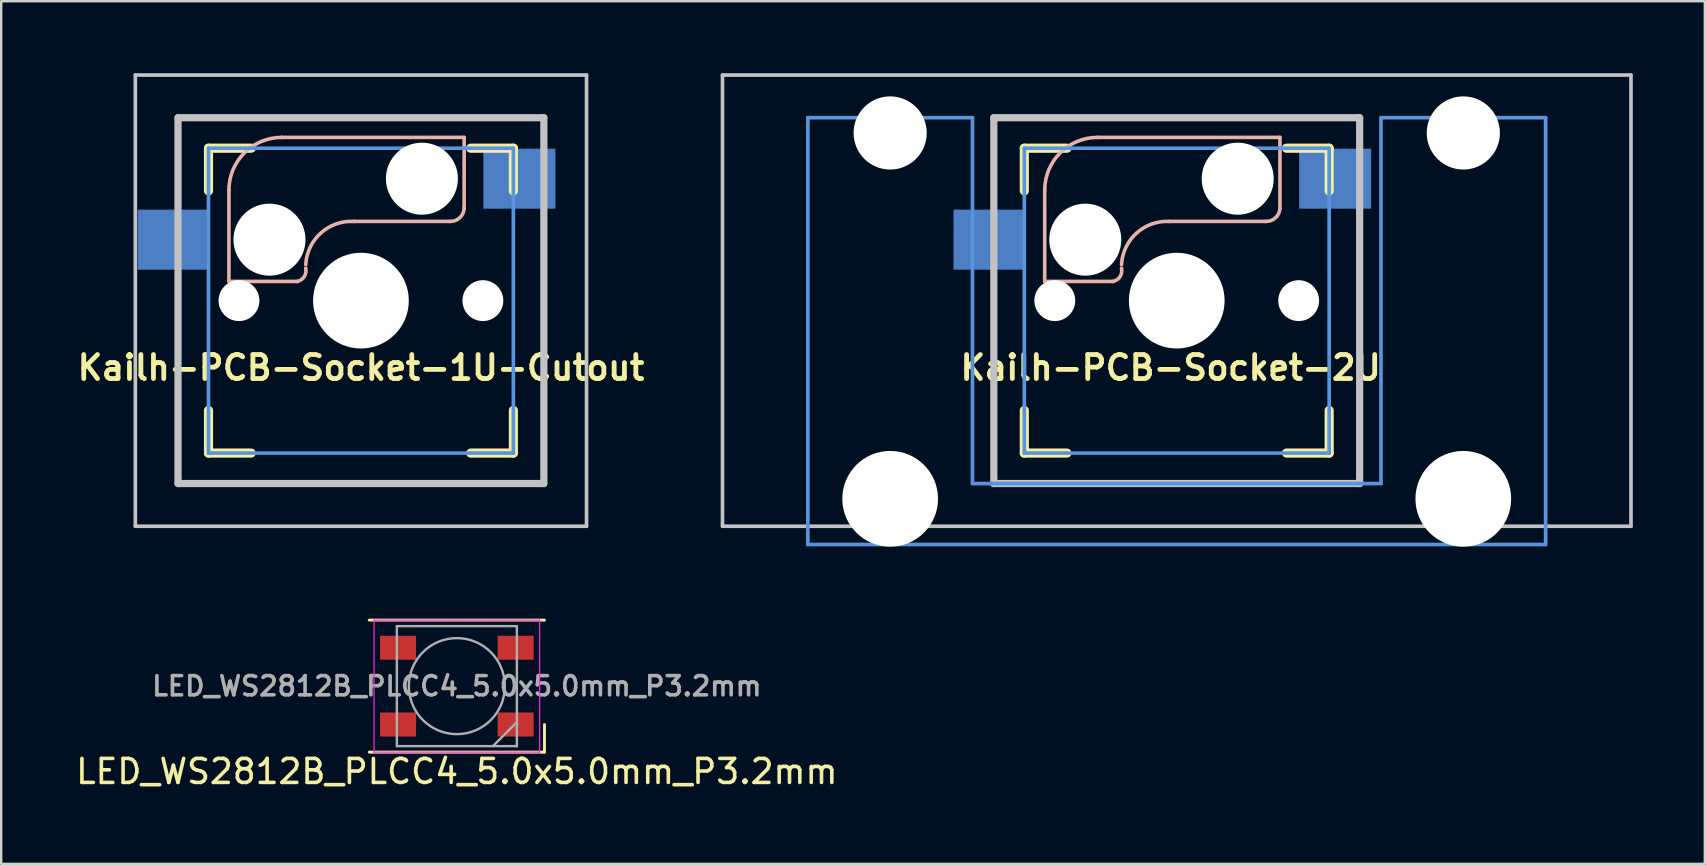
<source format=kicad_pcb>
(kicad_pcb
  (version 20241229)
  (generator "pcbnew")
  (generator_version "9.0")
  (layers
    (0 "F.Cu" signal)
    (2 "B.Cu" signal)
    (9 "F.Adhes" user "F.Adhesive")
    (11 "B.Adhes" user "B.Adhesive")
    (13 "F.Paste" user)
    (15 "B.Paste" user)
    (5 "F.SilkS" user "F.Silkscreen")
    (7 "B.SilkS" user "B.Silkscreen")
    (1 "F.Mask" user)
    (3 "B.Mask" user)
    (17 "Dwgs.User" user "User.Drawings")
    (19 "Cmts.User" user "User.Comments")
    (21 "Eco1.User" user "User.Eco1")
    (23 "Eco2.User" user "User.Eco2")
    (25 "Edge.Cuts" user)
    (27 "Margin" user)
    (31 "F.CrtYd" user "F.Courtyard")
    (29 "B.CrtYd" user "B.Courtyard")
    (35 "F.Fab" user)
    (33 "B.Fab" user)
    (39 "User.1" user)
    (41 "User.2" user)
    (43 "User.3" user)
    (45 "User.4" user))
  (footprint "LED_WS2812B_PLCC4_5.0x5.0mm_P3.2mm"
    (layer "F.Cu")
    (at 15.982 25.533)
    (property "Reference" "LED_WS2812B_PLCC4_5.0x5.0mm_P3.2mm" (at 0 3.556 0) (layer "F.SilkS") (effects (font (size 1 1) (thickness 0.15))))
    (attr smd)
    (fp_line (start -3.65 -2.75) (end 3.65 -2.75) (stroke (width 0.12) (type solid)) (layer "F.SilkS"))
    (fp_line (start -3.65 2.75) (end 3.65 2.75) (stroke (width 0.12) (type solid)) (layer "F.SilkS"))
    (fp_line (start 3.65 2.75) (end 3.65 1.6) (stroke (width 0.12) (type solid)) (layer "F.SilkS"))
    (fp_line (start -3.45 -2.75) (end -3.45 2.75) (stroke (width 0.05) (type solid)) (layer "F.CrtYd"))
    (fp_line (start -3.45 2.75) (end 3.45 2.75) (stroke (width 0.05) (type solid)) (layer "F.CrtYd"))
    (fp_line (start 3.45 -2.75) (end -3.45 -2.75) (stroke (width 0.05) (type solid)) (layer "F.CrtYd"))
    (fp_line (start 3.45 2.75) (end 3.45 -2.75) (stroke (width 0.05) (type solid)) (layer "F.CrtYd"))
    (fp_line (start -2.5 -2.5) (end -2.5 2.5) (stroke (width 0.1) (type solid)) (layer "F.Fab"))
    (fp_line (start -2.5 2.5) (end 2.5 2.5) (stroke (width 0.1) (type solid)) (layer "F.Fab"))
    (fp_line (start 2.5 -2.5) (end -2.5 -2.5) (stroke (width 0.1) (type solid)) (layer "F.Fab"))
    (fp_line (start 2.5 1.5) (end 1.5 2.5) (stroke (width 0.1) (type solid)) (layer "F.Fab"))
    (fp_line (start 2.5 2.5) (end 2.5 -2.5) (stroke (width 0.1) (type solid)) (layer "F.Fab"))
    (fp_circle (center 0 0) (end 0 -2) (stroke (width 0.1) (type solid)) (fill no) (layer "F.Fab"))
    (fp_text user "${REFERENCE}" (at 0 0 0) (layer "F.Fab") (effects (font (size 0.8 0.8) (thickness 0.15))))
    (pad "1" smd rect (at -2.45 -1.6) (size 1.5 1) (layers "F.Cu" "F.Mask" "F.Paste"))
    (pad "2" smd rect (at -2.45 1.6) (size 1.5 1) (layers "F.Cu" "F.Mask" "F.Paste"))
    (pad "3" smd rect (at 2.45 1.6) (size 1.5 1) (layers "F.Cu" "F.Mask" "F.Paste"))
    (pad "4" smd rect (at 2.45 -1.6) (size 1.5 1) (layers "F.Cu" "F.Mask" "F.Paste")))
  (footprint "Kailh-PCB-Socket-1U-Cutout"
    (layer "F.Cu")
    (at 11.986 9.474)
    (property "Reference" "Kailh-PCB-Socket-1U-Cutout" (at 0 2.794 0) (layer "F.SilkS") (effects (font (size 1 1) (thickness 0.2))))
    (attr through_hole)
    (fp_line (start -6.35 -6.35) (end -4.572 -6.35) (stroke (width 0.381) (type solid)) (layer "F.SilkS"))
    (fp_line (start -6.35 -4.572) (end -6.35 -6.35) (stroke (width 0.381) (type solid)) (layer "F.SilkS"))
    (fp_line (start -6.35 6.35) (end -6.35 4.572) (stroke (width 0.381) (type solid)) (layer "F.SilkS"))
    (fp_line (start -4.572 6.35) (end -6.35 6.35) (stroke (width 0.381) (type solid)) (layer "F.SilkS"))
    (fp_line (start 4.572 -6.35) (end 6.35 -6.35) (stroke (width 0.381) (type solid)) (layer "F.SilkS"))
    (fp_line (start 6.35 -6.35) (end 6.35 -4.572) (stroke (width 0.381) (type solid)) (layer "F.SilkS"))
    (fp_line (start 6.35 4.572) (end 6.35 6.35) (stroke (width 0.381) (type solid)) (layer "F.SilkS"))
    (fp_line (start 6.35 6.35) (end 4.572 6.35) (stroke (width 0.381) (type solid)) (layer "F.SilkS"))
    (fp_line (start -5.5 -0.8) (end -5.5 -4.6) (stroke (width 0.15) (type solid)) (layer "B.SilkS"))
    (fp_line (start -3.3 -6.8) (end 4.3 -6.8) (stroke (width 0.15) (type solid)) (layer "B.SilkS"))
    (fp_line (start -2.65 -0.8) (end -5.5 -0.8) (stroke (width 0.15) (type solid)) (layer "B.SilkS"))
    (fp_line (start 3.7 -3.3) (end -0.3 -3.3) (stroke (width 0.15) (type solid)) (layer "B.SilkS"))
    (fp_line (start 4.3 -6.8) (end 4.3 -3.85) (stroke (width 0.15) (type solid)) (layer "B.SilkS"))
    (fp_arc (start -5.5 -4.6) (mid -4.855635 -6.155635) (end -3.3 -6.8) (stroke (width 0.15) (type solid)) (layer "B.SilkS"))
    (fp_arc (start -2.3 -1.35) (mid -2.361091 -1.002513) (end -2.65 -0.8) (stroke (width 0.15) (type solid)) (layer "B.SilkS"))
    (fp_arc (start -2.299999 -1.499999) (mid -1.672792 -2.814213) (end -0.3 -3.3) (stroke (width 0.15) (type solid)) (layer "B.SilkS"))
    (fp_arc (start 4.3 -3.85) (mid 4.113909 -3.450736) (end 3.7 -3.3) (stroke (width 0.15) (type solid)) (layer "B.SilkS"))
    (fp_line (start -9.398 -9.398) (end 9.398 -9.398) (stroke (width 0.152) (type solid)) (layer "Dwgs.User"))
    (fp_line (start -9.398 9.398) (end -9.398 -9.398) (stroke (width 0.152) (type solid)) (layer "Dwgs.User"))
    (fp_line (start -7.62 -7.62) (end 7.62 -7.62) (stroke (width 0.3) (type solid)) (layer "Dwgs.User"))
    (fp_line (start -7.62 7.62) (end -7.62 -7.62) (stroke (width 0.3) (type solid)) (layer "Dwgs.User"))
    (fp_line (start 7.62 -7.62) (end 7.62 7.62) (stroke (width 0.3) (type solid)) (layer "Dwgs.User"))
    (fp_line (start 7.62 7.62) (end -7.62 7.62) (stroke (width 0.3) (type solid)) (layer "Dwgs.User"))
    (fp_line (start 9.398 -9.398) (end 9.398 9.398) (stroke (width 0.152) (type solid)) (layer "Dwgs.User"))
    (fp_line (start 9.398 9.398) (end -9.398 9.398) (stroke (width 0.152) (type solid)) (layer "Dwgs.User"))
    (fp_line (start -6.35 -6.35) (end 6.35 -6.35) (stroke (width 0.152) (type solid)) (layer "Cmts.User"))
    (fp_line (start -6.35 6.35) (end -6.35 -6.35) (stroke (width 0.152) (type solid)) (layer "Cmts.User"))
    (fp_line (start 6.35 -6.35) (end 6.35 6.35) (stroke (width 0.152) (type solid)) (layer "Cmts.User"))
    (fp_line (start 6.35 6.35) (end -6.35 6.35) (stroke (width 0.152) (type solid)) (layer "Cmts.User"))
    (fp_line (start -7.785 -5.985) (end -7.785 -2.485) (stroke (width 0.15) (type solid)) (layer "Eco2.User"))
    (fp_line (start -7.785 5.985) (end -7.785 2.485) (stroke (width 0.15) (type solid)) (layer "Eco2.User"))
    (fp_line (start -6.985 -6.985) (end -6.985 -5.985) (stroke (width 0.152) (type solid)) (layer "Eco2.User"))
    (fp_line (start -6.985 -6.985) (end 6.985 -6.985) (stroke (width 0.152) (type solid)) (layer "Eco2.User"))
    (fp_line (start -6.985 -5.985) (end -7.785 -5.985) (stroke (width 0.15) (type solid)) (layer "Eco2.User"))
    (fp_line (start -6.985 -2.485) (end -7.785 -2.485) (stroke (width 0.15) (type solid)) (layer "Eco2.User"))
    (fp_line (start -6.985 -2.485) (end -6.985 2.485) (stroke (width 0.15) (type solid)) (layer "Eco2.User"))
    (fp_line (start -6.985 2.485) (end -7.785 2.485) (stroke (width 0.15) (type solid)) (layer "Eco2.User"))
    (fp_line (start -6.985 5.985) (end -7.785 5.985) (stroke (width 0.15) (type solid)) (layer "Eco2.User"))
    (fp_line (start -6.985 6.985) (end -6.985 5.985) (stroke (width 0.152) (type solid)) (layer "Eco2.User"))
    (fp_line (start 6.985 -6.985) (end 6.985 -5.985) (stroke (width 0.152) (type solid)) (layer "Eco2.User"))
    (fp_line (start 6.985 -5.985) (end 7.785 -5.985) (stroke (width 0.15) (type solid)) (layer "Eco2.User"))
    (fp_line (start 6.985 -2.485) (end 6.985 2.485) (stroke (width 0.15) (type solid)) (layer "Eco2.User"))
    (fp_line (start 6.985 -2.485) (end 7.785 -2.485) (stroke (width 0.15) (type solid)) (layer "Eco2.User"))
    (fp_line (start 6.985 2.485) (end 7.785 2.485) (stroke (width 0.15) (type solid)) (layer "Eco2.User"))
    (fp_line (start 6.985 5.985) (end 7.785 5.985) (stroke (width 0.15) (type solid)) (layer "Eco2.User"))
    (fp_line (start 6.985 6.985) (end -6.985 6.985) (stroke (width 0.152) (type solid)) (layer "Eco2.User"))
    (fp_line (start 6.985 6.985) (end 6.985 5.985) (stroke (width 0.152) (type solid)) (layer "Eco2.User"))
    (fp_line (start 7.785 -5.985) (end 7.785 -2.485) (stroke (width 0.15) (type solid)) (layer "Eco2.User"))
    (fp_line (start 7.785 5.985) (end 7.785 2.485) (stroke (width 0.15) (type solid)) (layer "Eco2.User"))
    (pad "" np_thru_hole circle (at -5.08 0) (size 1.702 1.702) (drill 1.702) (layers "*.Cu" "*.Mask"))
    (pad "" np_thru_hole circle (at -3.81 -2.54) (size 3 3) (drill 3) (layers "*.Cu" "*.Mask"))
    (pad "" np_thru_hole circle (at 0 0) (size 3.988 3.988) (drill 3.988) (layers "*.Cu" "*.Mask"))
    (pad "" np_thru_hole circle (at 2.54 -5.08) (size 3 3) (drill 3) (layers "*.Cu" "*.Mask"))
    (pad "" np_thru_hole circle (at 5.08 0) (size 1.702 1.702) (drill 1.702) (layers "*.Cu" "*.Mask"))
    (pad "1" smd rect (at 6.6 -5.08) (size 3 2.5) (layers "B.Cu" "B.Mask" "B.Paste"))
    (pad "2" smd rect (at -7.8 -2.54) (size 3 2.5) (layers "B.Cu" "B.Mask" "B.Paste")))
  (footprint "Kailh-PCB-Socket-2U"
    (layer "F.Cu")
    (at 45.971 9.474)
    (property "Reference" "Kailh-PCB-Socket-2U" (at -0.254 2.794 0) (layer "F.SilkS") (effects (font (size 1 1) (thickness 0.2))))
    (attr through_hole)
    (fp_line (start -6.35 -6.35) (end -4.572 -6.35) (stroke (width 0.381) (type solid)) (layer "F.SilkS"))
    (fp_line (start -6.35 -4.572) (end -6.35 -6.35) (stroke (width 0.381) (type solid)) (layer "F.SilkS"))
    (fp_line (start -6.35 6.35) (end -6.35 4.572) (stroke (width 0.381) (type solid)) (layer "F.SilkS"))
    (fp_line (start -4.572 6.35) (end -6.35 6.35) (stroke (width 0.381) (type solid)) (layer "F.SilkS"))
    (fp_line (start 4.572 -6.35) (end 6.35 -6.35) (stroke (width 0.381) (type solid)) (layer "F.SilkS"))
    (fp_line (start 6.35 -6.35) (end 6.35 -4.572) (stroke (width 0.381) (type solid)) (layer "F.SilkS"))
    (fp_line (start 6.35 4.572) (end 6.35 6.35) (stroke (width 0.381) (type solid)) (layer "F.SilkS"))
    (fp_line (start 6.35 6.35) (end 4.572 6.35) (stroke (width 0.381) (type solid)) (layer "F.SilkS"))
    (fp_line (start -5.5 -0.8) (end -5.5 -4.6) (stroke (width 0.15) (type solid)) (layer "B.SilkS"))
    (fp_line (start -3.3 -6.8) (end 4.3 -6.8) (stroke (width 0.15) (type solid)) (layer "B.SilkS"))
    (fp_line (start -2.65 -0.8) (end -5.5 -0.8) (stroke (width 0.15) (type solid)) (layer "B.SilkS"))
    (fp_line (start 3.7 -3.3) (end -0.3 -3.3) (stroke (width 0.15) (type solid)) (layer "B.SilkS"))
    (fp_line (start 4.3 -6.8) (end 4.3 -3.85) (stroke (width 0.15) (type solid)) (layer "B.SilkS"))
    (fp_arc (start -5.5 -4.6) (mid -4.855635 -6.155635) (end -3.3 -6.8) (stroke (width 0.15) (type solid)) (layer "B.SilkS"))
    (fp_arc (start -2.3 -1.35) (mid -2.361091 -1.002513) (end -2.65 -0.8) (stroke (width 0.15) (type solid)) (layer "B.SilkS"))
    (fp_arc (start -2.299999 -1.499999) (mid -1.672792 -2.814213) (end -0.3 -3.3) (stroke (width 0.15) (type solid)) (layer "B.SilkS"))
    (fp_arc (start 4.3 -3.85) (mid 4.113909 -3.450736) (end 3.7 -3.3) (stroke (width 0.15) (type solid)) (layer "B.SilkS"))
    (fp_line (start -18.923 -9.398) (end 18.923 -9.398) (stroke (width 0.152) (type solid)) (layer "Dwgs.User"))
    (fp_line (start -18.923 9.398) (end -18.923 -9.398) (stroke (width 0.152) (type solid)) (layer "Dwgs.User"))
    (fp_line (start -7.62 -7.62) (end 7.62 -7.62) (stroke (width 0.3) (type solid)) (layer "Dwgs.User"))
    (fp_line (start -7.62 7.62) (end -7.62 -7.62) (stroke (width 0.3) (type solid)) (layer "Dwgs.User"))
    (fp_line (start 7.62 -7.62) (end 7.62 7.62) (stroke (width 0.3) (type solid)) (layer "Dwgs.User"))
    (fp_line (start 7.62 7.62) (end -7.62 7.62) (stroke (width 0.3) (type solid)) (layer "Dwgs.User"))
    (fp_line (start 18.923 -9.398) (end 18.923 9.398) (stroke (width 0.152) (type solid)) (layer "Dwgs.User"))
    (fp_line (start 18.923 9.398) (end -18.923 9.398) (stroke (width 0.152) (type solid)) (layer "Dwgs.User"))
    (fp_line (start -15.367 -7.62) (end -15.367 10.16) (stroke (width 0.152) (type solid)) (layer "Cmts.User"))
    (fp_line (start -15.367 10.16) (end 15.367 10.16) (stroke (width 0.152) (type solid)) (layer "Cmts.User"))
    (fp_line (start -8.509 -7.62) (end -15.367 -7.62) (stroke (width 0.152) (type solid)) (layer "Cmts.User"))
    (fp_line (start -8.509 7.62) (end -8.509 -7.62) (stroke (width 0.152) (type solid)) (layer "Cmts.User"))
    (fp_line (start -6.35 -6.35) (end 6.35 -6.35) (stroke (width 0.152) (type solid)) (layer "Cmts.User"))
    (fp_line (start -6.35 6.35) (end -6.35 -6.35) (stroke (width 0.152) (type solid)) (layer "Cmts.User"))
    (fp_line (start 6.35 -6.35) (end 6.35 6.35) (stroke (width 0.152) (type solid)) (layer "Cmts.User"))
    (fp_line (start 6.35 6.35) (end -6.35 6.35) (stroke (width 0.152) (type solid)) (layer "Cmts.User"))
    (fp_line (start 8.509 -7.62) (end 8.509 7.62) (stroke (width 0.152) (type solid)) (layer "Cmts.User"))
    (fp_line (start 8.509 7.62) (end -8.509 7.62) (stroke (width 0.152) (type solid)) (layer "Cmts.User"))
    (fp_line (start 15.367 -7.62) (end 8.509 -7.62) (stroke (width 0.152) (type solid)) (layer "Cmts.User"))
    (fp_line (start 15.367 10.16) (end 15.367 -7.62) (stroke (width 0.152) (type solid)) (layer "Cmts.User"))
    (fp_line (start -16.129 -2.286) (end -15.265 -2.286) (stroke (width 0.152) (type solid)) (layer "Eco2.User"))
    (fp_line (start -16.129 0.508) (end -16.129 -2.286) (stroke (width 0.152) (type solid)) (layer "Eco2.User"))
    (fp_line (start -15.265 -5.69) (end -8.611 -5.69) (stroke (width 0.152) (type solid)) (layer "Eco2.User"))
    (fp_line (start -15.265 -2.286) (end -15.265 -5.69) (stroke (width 0.152) (type solid)) (layer "Eco2.User"))
    (fp_line (start -15.265 0.508) (end -16.129 0.508) (stroke (width 0.152) (type solid)) (layer "Eco2.User"))
    (fp_line (start -15.265 6.604) (end -15.265 0.508) (stroke (width 0.152) (type solid)) (layer "Eco2.User"))
    (fp_line (start -14.224 6.604) (end -15.265 6.604) (stroke (width 0.152) (type solid)) (layer "Eco2.User"))
    (fp_line (start -14.224 7.772) (end -14.224 6.604) (stroke (width 0.152) (type solid)) (layer "Eco2.User"))
    (fp_line (start -9.652 6.604) (end -9.652 7.772) (stroke (width 0.152) (type solid)) (layer "Eco2.User"))
    (fp_line (start -9.652 7.772) (end -14.224 7.772) (stroke (width 0.152) (type solid)) (layer "Eco2.User"))
    (fp_line (start -8.611 -5.69) (end -8.611 -4.877) (stroke (width 0.152) (type solid)) (layer "Eco2.User"))
    (fp_line (start -8.611 -4.877) (end -6.985 -4.877) (stroke (width 0.152) (type solid)) (layer "Eco2.User"))
    (fp_line (start -8.611 5.817) (end -8.611 6.604) (stroke (width 0.152) (type solid)) (layer "Eco2.User"))
    (fp_line (start -8.611 6.604) (end -9.652 6.604) (stroke (width 0.152) (type solid)) (layer "Eco2.User"))
    (fp_line (start -6.985 -6.985) (end 6.985 -6.985) (stroke (width 0.152) (type solid)) (layer "Eco2.User"))
    (fp_line (start -6.985 -4.877) (end -6.985 -6.985) (stroke (width 0.152) (type solid)) (layer "Eco2.User"))
    (fp_line (start -6.985 5.817) (end -8.611 5.817) (stroke (width 0.152) (type solid)) (layer "Eco2.User"))
    (fp_line (start -6.985 6.985) (end -6.985 5.817) (stroke (width 0.152) (type solid)) (layer "Eco2.User"))
    (fp_line (start 6.985 -6.985) (end 6.985 -4.877) (stroke (width 0.152) (type solid)) (layer "Eco2.User"))
    (fp_line (start 6.985 -4.877) (end 8.611 -4.877) (stroke (width 0.152) (type solid)) (layer "Eco2.User"))
    (fp_line (start 6.985 5.817) (end 6.985 6.985) (stroke (width 0.152) (type solid)) (layer "Eco2.User"))
    (fp_line (start 6.985 6.985) (end -6.985 6.985) (stroke (width 0.152) (type solid)) (layer "Eco2.User"))
    (fp_line (start 8.611 -5.69) (end 15.265 -5.69) (stroke (width 0.152) (type solid)) (layer "Eco2.User"))
    (fp_line (start 8.611 -4.877) (end 8.611 -5.69) (stroke (width 0.152) (type solid)) (layer "Eco2.User"))
    (fp_line (start 8.611 5.817) (end 6.985 5.817) (stroke (width 0.152) (type solid)) (layer "Eco2.User"))
    (fp_line (start 8.611 6.604) (end 8.611 5.817) (stroke (width 0.152) (type solid)) (layer "Eco2.User"))
    (fp_line (start 9.652 6.604) (end 8.611 6.604) (stroke (width 0.152) (type solid)) (layer "Eco2.User"))
    (fp_line (start 9.652 7.772) (end 9.652 6.604) (stroke (width 0.152) (type solid)) (layer "Eco2.User"))
    (fp_line (start 14.224 6.604) (end 14.224 7.772) (stroke (width 0.152) (type solid)) (layer "Eco2.User"))
    (fp_line (start 14.224 7.772) (end 9.652 7.772) (stroke (width 0.152) (type solid)) (layer "Eco2.User"))
    (fp_line (start 15.265 -5.69) (end 15.265 -2.286) (stroke (width 0.152) (type solid)) (layer "Eco2.User"))
    (fp_line (start 15.265 -2.286) (end 16.129 -2.286) (stroke (width 0.152) (type solid)) (layer "Eco2.User"))
    (fp_line (start 15.265 0.508) (end 15.265 6.604) (stroke (width 0.152) (type solid)) (layer "Eco2.User"))
    (fp_line (start 15.265 6.604) (end 14.224 6.604) (stroke (width 0.152) (type solid)) (layer "Eco2.User"))
    (fp_line (start 16.129 -2.286) (end 16.129 0.508) (stroke (width 0.152) (type solid)) (layer "Eco2.User"))
    (fp_line (start 16.129 0.508) (end 15.265 0.508) (stroke (width 0.152) (type solid)) (layer "Eco2.User"))
    (pad "" np_thru_hole circle (at -11.938 -6.985) (size 3.048 3.048) (drill 3.048) (layers "*.Cu" "*.Mask"))
    (pad "" np_thru_hole circle (at -11.938 8.255) (size 3.988 3.988) (drill 3.988) (layers "*.Cu" "*.Mask"))
    (pad "" np_thru_hole circle (at -5.08 0) (size 1.702 1.702) (drill 1.702) (layers "*.Cu" "*.Mask"))
    (pad "" np_thru_hole circle (at -3.81 -2.54) (size 3 3) (drill 3) (layers "*.Cu" "*.Mask"))
    (pad "" np_thru_hole circle (at 0 0) (size 3.988 3.988) (drill 3.988) (layers "*.Cu" "*.Mask"))
    (pad "" np_thru_hole circle (at 2.54 -5.08) (size 3 3) (drill 3) (layers "*.Cu" "*.Mask"))
    (pad "" np_thru_hole circle (at 5.08 0) (size 1.702 1.702) (drill 1.702) (layers "*.Cu" "*.Mask"))
    (pad "" np_thru_hole circle (at 11.938 -6.985) (size 3.048 3.048) (drill 3.048) (layers "*.Cu" "*.Mask"))
    (pad "" np_thru_hole circle (at 11.938 8.255) (size 3.988 3.988) (drill 3.988) (layers "*.Cu" "*.Mask"))
    (pad "1" smd rect (at 6.6 -5.08) (size 3 2.5) (layers "B.Cu" "B.Mask" "B.Paste"))
    (pad "2" smd rect (at -7.8 -2.54) (size 3 2.5) (layers "B.Cu" "B.Mask" "B.Paste")))
  (gr_rect
    (start -3 -3)
    (end 67.97 32.937)
    (stroke (width 0.1) (type default))
    (fill no)
    (layer "Edge.Cuts")))
</source>
